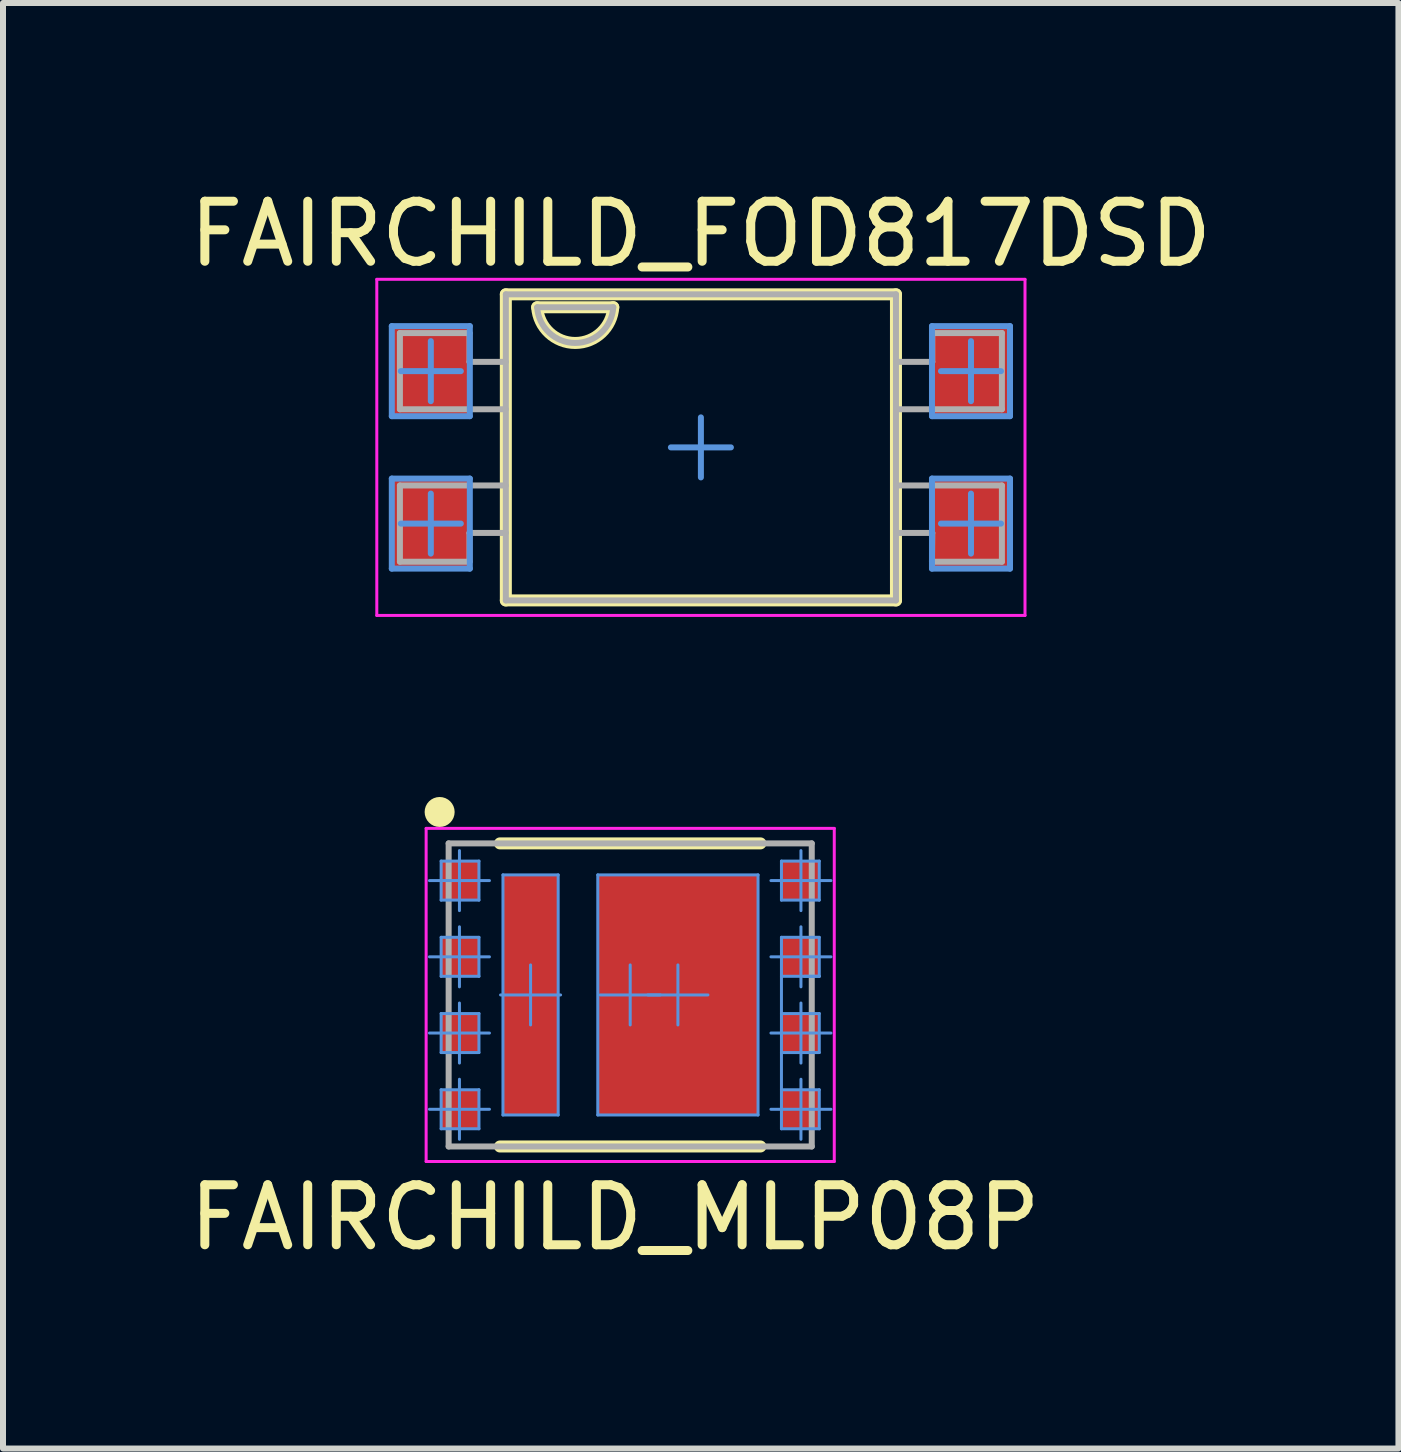
<source format=kicad_pcb>
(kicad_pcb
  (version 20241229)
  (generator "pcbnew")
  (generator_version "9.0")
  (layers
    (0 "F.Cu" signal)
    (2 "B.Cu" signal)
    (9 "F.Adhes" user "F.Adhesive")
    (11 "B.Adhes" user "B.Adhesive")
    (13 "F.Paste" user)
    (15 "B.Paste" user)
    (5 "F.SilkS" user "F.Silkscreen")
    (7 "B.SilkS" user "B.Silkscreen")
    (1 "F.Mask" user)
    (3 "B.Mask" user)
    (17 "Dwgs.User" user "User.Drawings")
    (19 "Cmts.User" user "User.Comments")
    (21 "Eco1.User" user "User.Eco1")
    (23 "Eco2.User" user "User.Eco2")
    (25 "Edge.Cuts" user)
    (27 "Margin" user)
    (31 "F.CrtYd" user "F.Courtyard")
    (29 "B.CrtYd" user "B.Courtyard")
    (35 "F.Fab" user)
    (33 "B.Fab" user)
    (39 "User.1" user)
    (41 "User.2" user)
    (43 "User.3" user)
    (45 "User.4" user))
  (footprint "FAIRCHILD_FOD817DSD"
    (layer "F.Cu")
    (at 8.628 4.404)
    (property "Reference" "FAIRCHILD_FOD817DSD" (at -0.003 -3.556 0) (layer "F.SilkS") (effects (font (size 1 1) (thickness 0.15))))
    (attr smd)
    (fp_line (start -3.25 -2.55) (end 3.25 -2.55) (stroke (width 0.2) (type solid)) (layer "F.SilkS"))
    (fp_line (start -3.25 2.55) (end -3.25 -2.55) (stroke (width 0.2) (type solid)) (layer "F.SilkS"))
    (fp_line (start -3.25 2.55) (end 3.25 2.55) (stroke (width 0.2) (type solid)) (layer "F.SilkS"))
    (fp_line (start -2.728 -2.334) (end -1.46 -2.334) (stroke (width 0.2) (type solid)) (layer "F.SilkS"))
    (fp_line (start 3.25 2.55) (end 3.25 -2.55) (stroke (width 0.2) (type solid)) (layer "F.SilkS"))
    (fp_arc (start -1.459851 -2.336437) (mid -2.092779 -1.738741) (end -2.728 -2.334) (stroke (width 0.2) (type solid)) (layer "F.SilkS"))
    (fp_line (start -5.15 -2.02) (end -3.85 -2.02) (stroke (width 0.1) (type solid)) (layer "Cmts.User"))
    (fp_line (start -5.15 -0.52) (end -5.15 -2.02) (stroke (width 0.1) (type solid)) (layer "Cmts.User"))
    (fp_line (start -5.15 -0.52) (end -3.85 -0.52) (stroke (width 0.1) (type solid)) (layer "Cmts.User"))
    (fp_line (start -5.15 0.52) (end -3.85 0.52) (stroke (width 0.1) (type solid)) (layer "Cmts.User"))
    (fp_line (start -5.15 2.02) (end -5.15 0.52) (stroke (width 0.1) (type solid)) (layer "Cmts.User"))
    (fp_line (start -5.15 2.02) (end -3.85 2.02) (stroke (width 0.1) (type solid)) (layer "Cmts.User"))
    (fp_line (start -5 -1.27) (end -4.5 -1.27) (stroke (width 0.1) (type solid)) (layer "Cmts.User"))
    (fp_line (start -5 1.27) (end -4.5 1.27) (stroke (width 0.1) (type solid)) (layer "Cmts.User"))
    (fp_line (start -4.5 -1.27) (end -4.5 -1.77) (stroke (width 0.1) (type solid)) (layer "Cmts.User"))
    (fp_line (start -4.5 -1.27) (end -4 -1.27) (stroke (width 0.1) (type solid)) (layer "Cmts.User"))
    (fp_line (start -4.5 -0.77) (end -4.5 -1.27) (stroke (width 0.1) (type solid)) (layer "Cmts.User"))
    (fp_line (start -4.5 1.27) (end -4.5 0.77) (stroke (width 0.1) (type solid)) (layer "Cmts.User"))
    (fp_line (start -4.5 1.27) (end -4 1.27) (stroke (width 0.1) (type solid)) (layer "Cmts.User"))
    (fp_line (start -4.5 1.77) (end -4.5 1.27) (stroke (width 0.1) (type solid)) (layer "Cmts.User"))
    (fp_line (start -3.85 -0.52) (end -3.85 -2.02) (stroke (width 0.1) (type solid)) (layer "Cmts.User"))
    (fp_line (start -3.85 2.02) (end -3.85 0.52) (stroke (width 0.1) (type solid)) (layer "Cmts.User"))
    (fp_line (start -0.5 0) (end 0 0) (stroke (width 0.1) (type solid)) (layer "Cmts.User"))
    (fp_line (start 0 0) (end 0 -0.5) (stroke (width 0.1) (type solid)) (layer "Cmts.User"))
    (fp_line (start 0 0) (end 0.5 0) (stroke (width 0.1) (type solid)) (layer "Cmts.User"))
    (fp_line (start 0 0.5) (end 0 0) (stroke (width 0.1) (type solid)) (layer "Cmts.User"))
    (fp_line (start 3.85 -2.02) (end 5.15 -2.02) (stroke (width 0.1) (type solid)) (layer "Cmts.User"))
    (fp_line (start 3.85 -0.52) (end 3.85 -2.02) (stroke (width 0.1) (type solid)) (layer "Cmts.User"))
    (fp_line (start 3.85 -0.52) (end 5.15 -0.52) (stroke (width 0.1) (type solid)) (layer "Cmts.User"))
    (fp_line (start 3.85 0.52) (end 5.15 0.52) (stroke (width 0.1) (type solid)) (layer "Cmts.User"))
    (fp_line (start 3.85 2.02) (end 3.85 0.52) (stroke (width 0.1) (type solid)) (layer "Cmts.User"))
    (fp_line (start 3.85 2.02) (end 5.15 2.02) (stroke (width 0.1) (type solid)) (layer "Cmts.User"))
    (fp_line (start 4 -1.27) (end 4.5 -1.27) (stroke (width 0.1) (type solid)) (layer "Cmts.User"))
    (fp_line (start 4 1.27) (end 4.5 1.27) (stroke (width 0.1) (type solid)) (layer "Cmts.User"))
    (fp_line (start 4.5 -1.27) (end 4.5 -1.77) (stroke (width 0.1) (type solid)) (layer "Cmts.User"))
    (fp_line (start 4.5 -1.27) (end 5 -1.27) (stroke (width 0.1) (type solid)) (layer "Cmts.User"))
    (fp_line (start 4.5 -0.77) (end 4.5 -1.27) (stroke (width 0.1) (type solid)) (layer "Cmts.User"))
    (fp_line (start 4.5 1.27) (end 4.5 0.77) (stroke (width 0.1) (type solid)) (layer "Cmts.User"))
    (fp_line (start 4.5 1.27) (end 5 1.27) (stroke (width 0.1) (type solid)) (layer "Cmts.User"))
    (fp_line (start 4.5 1.77) (end 4.5 1.27) (stroke (width 0.1) (type solid)) (layer "Cmts.User"))
    (fp_line (start 5.15 -0.52) (end 5.15 -2.02) (stroke (width 0.1) (type solid)) (layer "Cmts.User"))
    (fp_line (start 5.15 2.02) (end 5.15 0.52) (stroke (width 0.1) (type solid)) (layer "Cmts.User"))
    (fp_line (start -5.4 -2.8) (end 5.4 -2.8) (stroke (width 0.05) (type solid)) (layer "F.CrtYd"))
    (fp_line (start -5.4 2.8) (end -5.4 -2.8) (stroke (width 0.05) (type solid)) (layer "F.CrtYd"))
    (fp_line (start -5.4 2.8) (end 5.4 2.8) (stroke (width 0.05) (type solid)) (layer "F.CrtYd"))
    (fp_line (start 5.4 2.8) (end 5.4 -2.8) (stroke (width 0.05) (type solid)) (layer "F.CrtYd"))
    (fp_line (start -5.015 -1.905) (end -3.855 -1.905) (stroke (width 0.1) (type solid)) (layer "F.Fab"))
    (fp_line (start -5.015 -0.635) (end -5.015 -1.905) (stroke (width 0.1) (type solid)) (layer "F.Fab"))
    (fp_line (start -5.015 -0.635) (end -3.25 -0.635) (stroke (width 0.1) (type solid)) (layer "F.Fab"))
    (fp_line (start -5.015 0.635) (end -3.25 0.635) (stroke (width 0.1) (type solid)) (layer "F.Fab"))
    (fp_line (start -5.015 1.905) (end -5.015 0.635) (stroke (width 0.1) (type solid)) (layer "F.Fab"))
    (fp_line (start -5.015 1.905) (end -3.855 1.905) (stroke (width 0.1) (type solid)) (layer "F.Fab"))
    (fp_line (start -3.855 -1.425) (end -3.855 -1.905) (stroke (width 0.1) (type solid)) (layer "F.Fab"))
    (fp_line (start -3.855 -1.425) (end -3.25 -1.425) (stroke (width 0.1) (type solid)) (layer "F.Fab"))
    (fp_line (start -3.855 1.425) (end -3.25 1.425) (stroke (width 0.1) (type solid)) (layer "F.Fab"))
    (fp_line (start -3.855 1.905) (end -3.855 1.425) (stroke (width 0.1) (type solid)) (layer "F.Fab"))
    (fp_line (start -3.25 -2.55) (end 3.25 -2.55) (stroke (width 0.1) (type solid)) (layer "F.Fab"))
    (fp_line (start -3.25 2.55) (end -3.25 -2.55) (stroke (width 0.1) (type solid)) (layer "F.Fab"))
    (fp_line (start -3.25 2.55) (end 3.25 2.55) (stroke (width 0.1) (type solid)) (layer "F.Fab"))
    (fp_line (start -2.728 -2.334) (end -1.46 -2.334) (stroke (width 0.1) (type solid)) (layer "F.Fab"))
    (fp_line (start 3.25 -1.425) (end 3.855 -1.425) (stroke (width 0.1) (type solid)) (layer "F.Fab"))
    (fp_line (start 3.25 -0.635) (end 5.015 -0.635) (stroke (width 0.1) (type solid)) (layer "F.Fab"))
    (fp_line (start 3.25 0.635) (end 5.015 0.635) (stroke (width 0.1) (type solid)) (layer "F.Fab"))
    (fp_line (start 3.25 1.425) (end 3.855 1.425) (stroke (width 0.1) (type solid)) (layer "F.Fab"))
    (fp_line (start 3.25 2.55) (end 3.25 -2.55) (stroke (width 0.1) (type solid)) (layer "F.Fab"))
    (fp_line (start 3.85 1.905) (end 3.855 1.425) (stroke (width 0.1) (type solid)) (layer "F.Fab"))
    (fp_line (start 3.85 1.905) (end 5.015 1.905) (stroke (width 0.1) (type solid)) (layer "F.Fab"))
    (fp_line (start 3.855 -1.905) (end 5.015 -1.905) (stroke (width 0.1) (type solid)) (layer "F.Fab"))
    (fp_line (start 3.855 -1.425) (end 3.855 -1.905) (stroke (width 0.1) (type solid)) (layer "F.Fab"))
    (fp_line (start 5.015 -0.635) (end 5.015 -1.905) (stroke (width 0.1) (type solid)) (layer "F.Fab"))
    (fp_line (start 5.015 1.905) (end 5.015 0.635) (stroke (width 0.1) (type solid)) (layer "F.Fab"))
    (fp_arc (start -1.459851 -2.336437) (mid -2.092779 -1.738741) (end -2.728 -2.334) (stroke (width 0.1) (type solid)) (layer "F.Fab"))
    (pad "1" smd rect (at -4.5 -1.27) (size 1.3 1.5) (layers "F.Cu" "F.Mask" "F.Paste"))
    (pad "2" smd rect (at -4.5 1.27) (size 1.3 1.5) (layers "F.Cu" "F.Mask" "F.Paste"))
    (pad "3" smd rect (at 4.5 1.27) (size 1.3 1.5) (layers "F.Cu" "F.Mask" "F.Paste"))
    (pad "4" smd rect (at 4.5 -1.27) (size 1.3 1.5) (layers "F.Cu" "F.Mask" "F.Paste")))
  (footprint "FAIRCHILD_MLP08P"
    (layer "F.Cu")
    (at 7.45 13.527)
    (property "Reference" "FAIRCHILD_MLP08P" (at -0.254 3.708 0) (layer "F.SilkS") (effects (font (size 1 1) (thickness 0.15))))
    (attr smd)
    (fp_line (start -2.17 -2.525) (end 2.17 -2.525) (stroke (width 0.2) (type solid)) (layer "F.SilkS"))
    (fp_line (start -2.17 2.525) (end 2.17 2.525) (stroke (width 0.2) (type solid)) (layer "F.SilkS"))
    (fp_circle (center -3.175 -3.048) (end -3.05 -3.048) (stroke (width 0.25) (type solid)) (fill no) (layer "F.SilkS"))
    (fp_line (start -3.345 -1.905) (end -2.845 -1.905) (stroke (width 0.05) (type solid)) (layer "Cmts.User"))
    (fp_line (start -3.345 -0.635) (end -2.845 -0.635) (stroke (width 0.05) (type solid)) (layer "Cmts.User"))
    (fp_line (start -3.345 0.635) (end -2.845 0.635) (stroke (width 0.05) (type solid)) (layer "Cmts.User"))
    (fp_line (start -3.345 1.905) (end -2.845 1.905) (stroke (width 0.05) (type solid)) (layer "Cmts.User"))
    (fp_line (start -3.15 -2.23) (end -2.52 -2.23) (stroke (width 0.05) (type solid)) (layer "Cmts.User"))
    (fp_line (start -3.15 -1.58) (end -3.15 -2.23) (stroke (width 0.05) (type solid)) (layer "Cmts.User"))
    (fp_line (start -3.15 -1.58) (end -2.52 -1.58) (stroke (width 0.05) (type solid)) (layer "Cmts.User"))
    (fp_line (start -3.15 -0.96) (end -2.52 -0.96) (stroke (width 0.05) (type solid)) (layer "Cmts.User"))
    (fp_line (start -3.15 -0.31) (end -3.15 -0.96) (stroke (width 0.05) (type solid)) (layer "Cmts.User"))
    (fp_line (start -3.15 -0.31) (end -2.52 -0.31) (stroke (width 0.05) (type solid)) (layer "Cmts.User"))
    (fp_line (start -3.15 0.31) (end -2.52 0.31) (stroke (width 0.05) (type solid)) (layer "Cmts.User"))
    (fp_line (start -3.15 0.96) (end -3.15 0.31) (stroke (width 0.05) (type solid)) (layer "Cmts.User"))
    (fp_line (start -3.15 0.96) (end -2.52 0.96) (stroke (width 0.05) (type solid)) (layer "Cmts.User"))
    (fp_line (start -3.15 1.58) (end -2.52 1.58) (stroke (width 0.05) (type solid)) (layer "Cmts.User"))
    (fp_line (start -3.15 2.23) (end -3.15 1.58) (stroke (width 0.05) (type solid)) (layer "Cmts.User"))
    (fp_line (start -3.15 2.23) (end -2.52 2.23) (stroke (width 0.05) (type solid)) (layer "Cmts.User"))
    (fp_line (start -2.845 -1.905) (end -2.845 -2.405) (stroke (width 0.05) (type solid)) (layer "Cmts.User"))
    (fp_line (start -2.845 -1.905) (end -2.345 -1.905) (stroke (width 0.05) (type solid)) (layer "Cmts.User"))
    (fp_line (start -2.845 -1.405) (end -2.845 -1.905) (stroke (width 0.05) (type solid)) (layer "Cmts.User"))
    (fp_line (start -2.845 -0.635) (end -2.845 -1.135) (stroke (width 0.05) (type solid)) (layer "Cmts.User"))
    (fp_line (start -2.845 -0.635) (end -2.345 -0.635) (stroke (width 0.05) (type solid)) (layer "Cmts.User"))
    (fp_line (start -2.845 -0.135) (end -2.845 -0.635) (stroke (width 0.05) (type solid)) (layer "Cmts.User"))
    (fp_line (start -2.845 0.635) (end -2.845 0.135) (stroke (width 0.05) (type solid)) (layer "Cmts.User"))
    (fp_line (start -2.845 0.635) (end -2.345 0.635) (stroke (width 0.05) (type solid)) (layer "Cmts.User"))
    (fp_line (start -2.845 1.135) (end -2.845 0.635) (stroke (width 0.05) (type solid)) (layer "Cmts.User"))
    (fp_line (start -2.845 1.405) (end -2.845 1.905) (stroke (width 0.05) (type solid)) (layer "Cmts.User"))
    (fp_line (start -2.845 1.905) (end -2.345 1.905) (stroke (width 0.05) (type solid)) (layer "Cmts.User"))
    (fp_line (start -2.845 2.405) (end -2.845 1.905) (stroke (width 0.05) (type solid)) (layer "Cmts.User"))
    (fp_line (start -2.52 -2.23) (end -2.52 -1.58) (stroke (width 0.05) (type solid)) (layer "Cmts.User"))
    (fp_line (start -2.52 -0.31) (end -2.52 -0.96) (stroke (width 0.05) (type solid)) (layer "Cmts.User"))
    (fp_line (start -2.52 0.96) (end -2.52 0.31) (stroke (width 0.05) (type solid)) (layer "Cmts.User"))
    (fp_line (start -2.52 2.23) (end -2.52 1.58) (stroke (width 0.05) (type solid)) (layer "Cmts.User"))
    (fp_line (start -2.16 0) (end -1.66 0) (stroke (width 0.05) (type solid)) (layer "Cmts.User"))
    (fp_line (start -2.12 -2) (end -1.2 -2) (stroke (width 0.05) (type solid)) (layer "Cmts.User"))
    (fp_line (start -2.12 2) (end -2.12 -2) (stroke (width 0.05) (type solid)) (layer "Cmts.User"))
    (fp_line (start -2.12 2) (end -1.2 2) (stroke (width 0.05) (type solid)) (layer "Cmts.User"))
    (fp_line (start -1.66 0) (end -1.66 -0.5) (stroke (width 0.05) (type solid)) (layer "Cmts.User"))
    (fp_line (start -1.66 0) (end -1.16 0) (stroke (width 0.05) (type solid)) (layer "Cmts.User"))
    (fp_line (start -1.66 0.5) (end -1.66 0) (stroke (width 0.05) (type solid)) (layer "Cmts.User"))
    (fp_line (start -1.2 2) (end -1.2 -2) (stroke (width 0.05) (type solid)) (layer "Cmts.User"))
    (fp_line (start -0.54 -2) (end 2.13 -2) (stroke (width 0.05) (type solid)) (layer "Cmts.User"))
    (fp_line (start -0.54 2) (end -0.54 -2) (stroke (width 0.05) (type solid)) (layer "Cmts.User"))
    (fp_line (start -0.54 2) (end 2.13 2) (stroke (width 0.05) (type solid)) (layer "Cmts.User"))
    (fp_line (start -0.5 0) (end 0 0) (stroke (width 0.05) (type solid)) (layer "Cmts.User"))
    (fp_line (start 0 0) (end 0 -0.5) (stroke (width 0.05) (type solid)) (layer "Cmts.User"))
    (fp_line (start 0 0) (end 0.5 0) (stroke (width 0.05) (type solid)) (layer "Cmts.User"))
    (fp_line (start 0 0.5) (end 0 0) (stroke (width 0.05) (type solid)) (layer "Cmts.User"))
    (fp_line (start 0.295 0) (end 0.795 0) (stroke (width 0.05) (type solid)) (layer "Cmts.User"))
    (fp_line (start 0.795 0) (end 0.795 -0.5) (stroke (width 0.05) (type solid)) (layer "Cmts.User"))
    (fp_line (start 0.795 0) (end 1.295 0) (stroke (width 0.05) (type solid)) (layer "Cmts.User"))
    (fp_line (start 0.795 0.5) (end 0.795 0) (stroke (width 0.05) (type solid)) (layer "Cmts.User"))
    (fp_line (start 2.13 2) (end 2.13 -2) (stroke (width 0.05) (type solid)) (layer "Cmts.User"))
    (fp_line (start 2.345 -1.905) (end 2.845 -1.905) (stroke (width 0.05) (type solid)) (layer "Cmts.User"))
    (fp_line (start 2.345 -0.635) (end 2.845 -0.635) (stroke (width 0.05) (type solid)) (layer "Cmts.User"))
    (fp_line (start 2.345 0.635) (end 2.845 0.635) (stroke (width 0.05) (type solid)) (layer "Cmts.User"))
    (fp_line (start 2.345 1.905) (end 2.845 1.905) (stroke (width 0.05) (type solid)) (layer "Cmts.User"))
    (fp_line (start 2.52 -2.23) (end 3.15 -2.23) (stroke (width 0.05) (type solid)) (layer "Cmts.User"))
    (fp_line (start 2.52 -1.58) (end 2.52 -2.23) (stroke (width 0.05) (type solid)) (layer "Cmts.User"))
    (fp_line (start 2.52 -1.58) (end 3.15 -1.58) (stroke (width 0.05) (type solid)) (layer "Cmts.User"))
    (fp_line (start 2.52 -0.96) (end 2.52 2.23) (stroke (width 0.05) (type solid)) (layer "Cmts.User"))
    (fp_line (start 2.52 -0.96) (end 3.15 -0.96) (stroke (width 0.05) (type solid)) (layer "Cmts.User"))
    (fp_line (start 2.52 -0.31) (end 3.15 -0.31) (stroke (width 0.05) (type solid)) (layer "Cmts.User"))
    (fp_line (start 2.52 0.31) (end 3.15 0.31) (stroke (width 0.05) (type solid)) (layer "Cmts.User"))
    (fp_line (start 2.52 0.96) (end 3.15 0.96) (stroke (width 0.05) (type solid)) (layer "Cmts.User"))
    (fp_line (start 2.52 1.58) (end 3.15 1.58) (stroke (width 0.05) (type solid)) (layer "Cmts.User"))
    (fp_line (start 2.52 2.23) (end 3.15 2.23) (stroke (width 0.05) (type solid)) (layer "Cmts.User"))
    (fp_line (start 2.845 -1.905) (end 2.845 -2.405) (stroke (width 0.05) (type solid)) (layer "Cmts.User"))
    (fp_line (start 2.845 -1.905) (end 2.845 -1.405) (stroke (width 0.05) (type solid)) (layer "Cmts.User"))
    (fp_line (start 2.845 -1.905) (end 3.345 -1.905) (stroke (width 0.05) (type solid)) (layer "Cmts.User"))
    (fp_line (start 2.845 -0.635) (end 2.845 -1.135) (stroke (width 0.05) (type solid)) (layer "Cmts.User"))
    (fp_line (start 2.845 -0.635) (end 3.345 -0.635) (stroke (width 0.05) (type solid)) (layer "Cmts.User"))
    (fp_line (start 2.845 -0.135) (end 2.845 -0.635) (stroke (width 0.05) (type solid)) (layer "Cmts.User"))
    (fp_line (start 2.845 0.635) (end 2.845 0.135) (stroke (width 0.05) (type solid)) (layer "Cmts.User"))
    (fp_line (start 2.845 0.635) (end 3.345 0.635) (stroke (width 0.05) (type solid)) (layer "Cmts.User"))
    (fp_line (start 2.845 1.135) (end 2.845 0.635) (stroke (width 0.05) (type solid)) (layer "Cmts.User"))
    (fp_line (start 2.845 1.905) (end 2.845 1.405) (stroke (width 0.05) (type solid)) (layer "Cmts.User"))
    (fp_line (start 2.845 1.905) (end 3.345 1.905) (stroke (width 0.05) (type solid)) (layer "Cmts.User"))
    (fp_line (start 2.845 2.405) (end 2.845 1.905) (stroke (width 0.05) (type solid)) (layer "Cmts.User"))
    (fp_line (start 2.9 -0.31) (end 3.15 -0.31) (stroke (width 0.05) (type solid)) (layer "Cmts.User"))
    (fp_line (start 3.15 -1.58) (end 3.15 -2.23) (stroke (width 0.05) (type solid)) (layer "Cmts.User"))
    (fp_line (start 3.15 -0.31) (end 3.15 -0.96) (stroke (width 0.05) (type solid)) (layer "Cmts.User"))
    (fp_line (start 3.15 0.96) (end 3.15 0.31) (stroke (width 0.05) (type solid)) (layer "Cmts.User"))
    (fp_line (start 3.15 2.23) (end 3.15 1.58) (stroke (width 0.05) (type solid)) (layer "Cmts.User"))
    (fp_line (start -3.4 -2.775) (end 3.4 -2.775) (stroke (width 0.05) (type solid)) (layer "F.CrtYd"))
    (fp_line (start -3.4 2.775) (end -3.4 -2.775) (stroke (width 0.05) (type solid)) (layer "F.CrtYd"))
    (fp_line (start -3.4 2.775) (end 3.4 2.775) (stroke (width 0.05) (type solid)) (layer "F.CrtYd"))
    (fp_line (start 3.4 2.775) (end 3.4 -2.775) (stroke (width 0.05) (type solid)) (layer "F.CrtYd"))
    (fp_line (start -3.025 -2.525) (end 3.025 -2.525) (stroke (width 0.1) (type solid)) (layer "F.Fab"))
    (fp_line (start -3.025 2.525) (end -3.025 -2.525) (stroke (width 0.1) (type solid)) (layer "F.Fab"))
    (fp_line (start -3.025 2.525) (end 3.025 2.525) (stroke (width 0.1) (type solid)) (layer "F.Fab"))
    (fp_line (start 3.025 2.525) (end 3.025 -2.525) (stroke (width 0.1) (type solid)) (layer "F.Fab"))
    (pad "1" smd rect (at -2.845 -1.905) (size 0.63 0.65) (layers "F.Cu" "F.Mask" "F.Paste"))
    (pad "2" smd rect (at -2.845 -0.635 180) (size 0.63 0.65) (layers "F.Cu" "F.Mask" "F.Paste"))
    (pad "3" smd rect (at -2.845 0.635) (size 0.63 0.65) (layers "F.Cu" "F.Mask" "F.Paste"))
    (pad "4" smd rect (at -2.845 1.905) (size 0.63 0.65) (layers "F.Cu" "F.Mask" "F.Paste"))
    (pad "5" smd rect (at 2.845 1.905) (size 0.63 0.65) (layers "F.Cu" "F.Mask" "F.Paste"))
    (pad "6" smd rect (at 2.845 0.635) (size 0.63 0.65) (layers "F.Cu" "F.Mask" "F.Paste"))
    (pad "7" smd rect (at 2.845 -0.635) (size 0.63 0.65) (layers "F.Cu" "F.Mask" "F.Paste"))
    (pad "8" smd rect (at 2.845 -1.905) (size 0.63 0.65) (layers "F.Cu" "F.Mask" "F.Paste"))
    (pad "9" smd rect (at 0.795 0) (size 2.67 4) (layers "F.Cu" "F.Mask" "F.Paste"))
    (pad "10" smd rect (at -1.66 0) (size 0.92 4) (layers "F.Cu" "F.Mask" "F.Paste")))
  (gr_rect
    (start -3 -3)
    (end 20.25 21.084)
    (stroke (width 0.1) (type default))
    (fill no)
    (layer "Edge.Cuts")))
</source>
